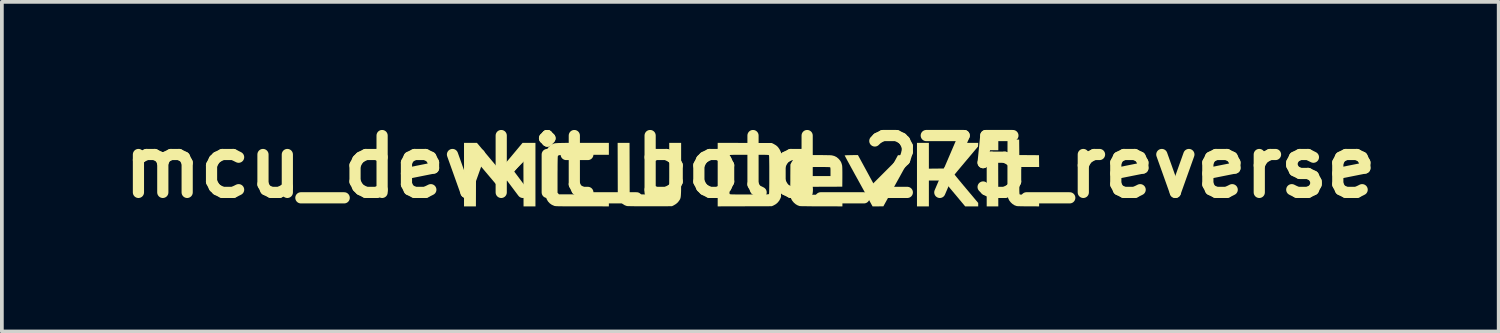
<source format=kicad_pcb>
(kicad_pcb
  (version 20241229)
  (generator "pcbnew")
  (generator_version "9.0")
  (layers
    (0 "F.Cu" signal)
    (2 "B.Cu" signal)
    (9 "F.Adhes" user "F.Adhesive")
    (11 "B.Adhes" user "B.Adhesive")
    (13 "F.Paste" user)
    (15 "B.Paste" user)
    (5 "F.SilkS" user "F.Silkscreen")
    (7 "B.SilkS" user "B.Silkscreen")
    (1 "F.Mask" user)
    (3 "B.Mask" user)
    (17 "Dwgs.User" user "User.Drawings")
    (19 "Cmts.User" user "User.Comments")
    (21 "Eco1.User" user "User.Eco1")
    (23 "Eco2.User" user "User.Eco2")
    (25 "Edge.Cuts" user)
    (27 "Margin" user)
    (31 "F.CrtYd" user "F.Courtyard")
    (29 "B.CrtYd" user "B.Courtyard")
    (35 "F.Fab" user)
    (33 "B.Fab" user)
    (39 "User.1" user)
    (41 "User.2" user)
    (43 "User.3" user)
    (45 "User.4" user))
  (footprint "mcu_devkit_bold_275_reverse"
    (layer "F.Cu")
    (at 17.062 1.418)
    (property "Reference" "mcu_devkit_bold_275_reverse" (at 0 0 0) (layer "F.SilkS") (effects (font (size 1.524 1.524) (thickness 0.3))))
    (attr board_only exclude_from_pos_files exclude_from_bom)
    (fp_poly (pts (xy 6.648 -0.441) (xy 6.337 -0.441) (xy 6.337 -0.752) (xy 6.648 -0.752)) (stroke (width 0) (type solid)) (fill yes) (layer "F.SilkS"))
    (fp_poly (pts (xy 6.644 -0.308) (xy 6.646 0.378) (xy 6.648 1.064) (xy 6.337 1.064) (xy 6.337 -0.312)) (stroke (width 0) (type solid)) (fill yes) (layer "F.SilkS"))
    (fp_poly (pts (xy 4.787 0.053) (xy 4.986 0.051) (xy 5.185 0.049) (xy 5.473 -0.294) (xy 5.761 -0.638) (xy 6.109 -0.638) (xy 6.107 -0.59) (xy 6.105 -0.541) (xy 5.792 -0.168) (xy 5.737 -0.103) (xy 5.686 -0.042) (xy 5.638 0.015) (xy 5.595 0.067) (xy 5.557 0.112) (xy 5.526 0.15) (xy 5.501 0.18) (xy 5.485 0.2) (xy 5.477 0.21) (xy 5.476 0.211) (xy 5.481 0.218) (xy 5.494 0.235) (xy 5.516 0.262) (xy 5.545 0.298) (xy 5.58 0.341) (xy 5.622 0.391) (xy 5.668 0.447) (xy 5.718 0.507) (xy 5.772 0.571) (xy 5.792 0.595) (xy 6.109 0.972) (xy 6.109 1.064) (xy 5.76 1.064) (xy 5.471 0.718) (xy 5.181 0.372) (xy 4.787 0.372) (xy 4.787 1.064) (xy 4.468 1.064) (xy 4.468 -0.638) (xy 4.787 -0.638)) (stroke (width 0) (type solid)) (fill yes) (layer "F.SilkS"))
    (fp_poly (pts (xy -6.716 0.092) (xy -6.669 0.036) (xy -6.655 0.019) (xy -6.632 -0.008) (xy -6.602 -0.044) (xy -6.565 -0.087) (xy -6.524 -0.137) (xy -6.478 -0.192) (xy -6.429 -0.25) (xy -6.378 -0.311) (xy -6.363 -0.329) (xy -6.105 -0.638) (xy -5.932 -0.638) (xy -5.759 -0.638) (xy -5.759 1.064) (xy -6.078 1.064) (xy -6.08 0.45) (xy -6.082 -0.163) (xy -6.396 0.211) (xy -6.451 0.276) (xy -6.502 0.337) (xy -6.55 0.394) (xy -6.594 0.445) (xy -6.632 0.49) (xy -6.664 0.527) (xy -6.689 0.556) (xy -6.706 0.575) (xy -6.715 0.584) (xy -6.715 0.585) (xy -6.721 0.579) (xy -6.736 0.563) (xy -6.758 0.537) (xy -6.788 0.502) (xy -6.825 0.46) (xy -6.867 0.411) (xy -6.914 0.355) (xy -6.964 0.296) (xy -7.018 0.232) (xy -7.036 0.211) (xy -7.351 -0.163) (xy -7.353 0.45) (xy -7.355 1.064) (xy -7.674 1.064) (xy -7.674 -0.638) (xy -7.327 -0.638)) (stroke (width 0) (type solid)) (fill yes) (layer "F.SilkS"))
    (fp_poly (pts (xy 7.209 -0.519) (xy 7.211 -0.312) (xy 7.475 -0.31) (xy 7.739 -0.308) (xy 7.741 -0.15) (xy 7.743 0.008) (xy 7.21 0.008) (xy 7.21 0.372) (xy 7.21 0.456) (xy 7.211 0.526) (xy 7.211 0.583) (xy 7.211 0.629) (xy 7.212 0.665) (xy 7.213 0.692) (xy 7.214 0.712) (xy 7.216 0.726) (xy 7.218 0.735) (xy 7.22 0.74) (xy 7.223 0.743) (xy 7.225 0.744) (xy 7.237 0.747) (xy 7.264 0.749) (xy 7.304 0.75) (xy 7.357 0.751) (xy 7.422 0.752) (xy 7.491 0.752) (xy 7.742 0.752) (xy 7.742 1.064) (xy 7.456 1.063) (xy 7.39 1.063) (xy 7.328 1.062) (xy 7.271 1.061) (xy 7.223 1.06) (xy 7.183 1.059) (xy 7.155 1.057) (xy 7.141 1.056) (xy 7.14 1.055) (xy 7.083 1.035) (xy 7.029 1.001) (xy 6.982 0.957) (xy 6.942 0.906) (xy 6.914 0.849) (xy 6.899 0.798) (xy 6.898 0.782) (xy 6.896 0.752) (xy 6.895 0.707) (xy 6.894 0.647) (xy 6.894 0.574) (xy 6.893 0.488) (xy 6.893 0.388) (xy 6.893 0.275) (xy 6.893 0.15) (xy 6.893 0.015) (xy 6.895 -0.726) (xy 7.207 -0.726)) (stroke (width 0) (type solid)) (fill yes) (layer "F.SilkS"))
    (fp_poly (pts (xy 3.154 0.182) (xy 3.206 0.278) (xy 3.251 0.361) (xy 3.29 0.432) (xy 3.323 0.492) (xy 3.351 0.541) (xy 3.374 0.581) (xy 3.392 0.612) (xy 3.406 0.635) (xy 3.416 0.651) (xy 3.424 0.66) (xy 3.428 0.664) (xy 3.43 0.663) (xy 3.435 0.654) (xy 3.446 0.633) (xy 3.464 0.601) (xy 3.487 0.559) (xy 3.514 0.508) (xy 3.547 0.449) (xy 3.582 0.383) (xy 3.621 0.311) (xy 3.663 0.235) (xy 3.698 0.171) (xy 3.958 -0.308) (xy 4.137 -0.31) (xy 4.196 -0.31) (xy 4.242 -0.31) (xy 4.276 -0.309) (xy 4.298 -0.308) (xy 4.311 -0.306) (xy 4.316 -0.303) (xy 4.316 -0.303) (xy 4.312 -0.295) (xy 4.302 -0.275) (xy 4.285 -0.243) (xy 4.262 -0.201) (xy 4.234 -0.149) (xy 4.201 -0.088) (xy 4.163 -0.019) (xy 4.122 0.057) (xy 4.077 0.139) (xy 4.029 0.226) (xy 3.979 0.317) (xy 3.941 0.385) (xy 3.567 1.063) (xy 3.422 1.064) (xy 3.277 1.064) (xy 2.903 0.384) (xy 2.851 0.29) (xy 2.801 0.2) (xy 2.754 0.114) (xy 2.71 0.034) (xy 2.67 -0.04) (xy 2.634 -0.106) (xy 2.602 -0.164) (xy 2.576 -0.213) (xy 2.555 -0.253) (xy 2.54 -0.281) (xy 2.531 -0.297) (xy 2.529 -0.302) (xy 2.537 -0.303) (xy 2.557 -0.305) (xy 2.589 -0.307) (xy 2.629 -0.308) (xy 2.676 -0.309) (xy 2.708 -0.31) (xy 2.885 -0.312)) (stroke (width 0) (type solid)) (fill yes) (layer "F.SilkS"))
    (fp_poly (pts (xy -3.235 0.051) (xy -3.233 0.741) (xy -2.712 0.743) (xy -2.611 0.743) (xy -2.523 0.743) (xy -2.448 0.744) (xy -2.385 0.743) (xy -2.333 0.743) (xy -2.291 0.743) (xy -2.258 0.742) (xy -2.233 0.741) (xy -2.214 0.74) (xy -2.2 0.739) (xy -2.192 0.737) (xy -2.186 0.735) (xy -2.183 0.732) (xy -2.183 0.732) (xy -2.181 0.726) (xy -2.179 0.715) (xy -2.178 0.696) (xy -2.177 0.669) (xy -2.176 0.633) (xy -2.175 0.588) (xy -2.174 0.532) (xy -2.174 0.466) (xy -2.174 0.387) (xy -2.173 0.296) (xy -2.173 0.192) (xy -2.173 0.073) (xy -2.173 0.04) (xy -2.173 -0.638) (xy -1.854 -0.638) (xy -1.854 0.067) (xy -1.854 0.191) (xy -1.854 0.3) (xy -1.854 0.396) (xy -1.854 0.48) (xy -1.855 0.553) (xy -1.855 0.615) (xy -1.856 0.668) (xy -1.858 0.712) (xy -1.86 0.749) (xy -1.862 0.78) (xy -1.865 0.805) (xy -1.868 0.825) (xy -1.872 0.842) (xy -1.877 0.856) (xy -1.882 0.869) (xy -1.888 0.881) (xy -1.895 0.893) (xy -1.902 0.903) (xy -1.94 0.954) (xy -1.991 0.999) (xy -2.05 1.035) (xy -2.05 1.035) (xy -2.101 1.06) (xy -2.69 1.061) (xy -2.791 1.061) (xy -2.886 1.061) (xy -2.974 1.061) (xy -3.055 1.061) (xy -3.126 1.06) (xy -3.187 1.059) (xy -3.237 1.058) (xy -3.274 1.057) (xy -3.299 1.056) (xy -3.308 1.055) (xy -3.363 1.035) (xy -3.416 1.002) (xy -3.464 0.959) (xy -3.505 0.909) (xy -3.528 0.868) (xy -3.552 0.817) (xy -3.554 0.089) (xy -3.556 -0.638) (xy -3.237 -0.638)) (stroke (width 0) (type solid)) (fill yes) (layer "F.SilkS"))
    (fp_poly (pts (xy 1.845 -0.311) (xy 1.915 -0.311) (xy 1.981 -0.31) (xy 2.041 -0.309) (xy 2.094 -0.308) (xy 2.137 -0.307) (xy 2.169 -0.305) (xy 2.184 -0.304) (xy 2.251 -0.287) (xy 2.311 -0.258) (xy 2.364 -0.214) (xy 2.375 -0.203) (xy 2.414 -0.155) (xy 2.44 -0.106) (xy 2.457 -0.051) (xy 2.462 -0.027) (xy 2.464 -0.003) (xy 2.466 0.034) (xy 2.467 0.083) (xy 2.468 0.143) (xy 2.468 0.211) (xy 2.468 0.281) (xy 2.466 0.536) (xy 1.928 0.538) (xy 1.39 0.54) (xy 1.39 0.638) (xy 1.391 0.679) (xy 1.391 0.707) (xy 1.393 0.725) (xy 1.396 0.736) (xy 1.401 0.742) (xy 1.405 0.744) (xy 1.416 0.746) (xy 1.442 0.748) (xy 1.484 0.749) (xy 1.54 0.75) (xy 1.611 0.751) (xy 1.697 0.752) (xy 1.797 0.752) (xy 1.912 0.752) (xy 1.945 0.752) (xy 2.469 0.752) (xy 2.469 1.064) (xy 1.909 1.063) (xy 1.817 1.063) (xy 1.73 1.062) (xy 1.647 1.062) (xy 1.571 1.061) (xy 1.502 1.06) (xy 1.443 1.06) (xy 1.394 1.059) (xy 1.356 1.058) (xy 1.331 1.056) (xy 1.32 1.055) (xy 1.268 1.036) (xy 1.216 1.006) (xy 1.169 0.966) (xy 1.13 0.92) (xy 1.119 0.903) (xy 1.109 0.886) (xy 1.101 0.87) (xy 1.093 0.854) (xy 1.088 0.836) (xy 1.083 0.815) (xy 1.079 0.79) (xy 1.076 0.76) (xy 1.074 0.722) (xy 1.073 0.677) (xy 1.072 0.621) (xy 1.072 0.555) (xy 1.072 0.477) (xy 1.073 0.385) (xy 1.073 0.356) (xy 1.073 0.251) (xy 1.39 0.251) (xy 2.15 0.251) (xy 2.15 0.138) (xy 2.15 0.091) (xy 2.149 0.057) (xy 2.147 0.034) (xy 2.143 0.021) (xy 2.14 0.016) (xy 2.132 0.014) (xy 2.115 0.012) (xy 2.086 0.011) (xy 2.046 0.01) (xy 1.994 0.009) (xy 1.929 0.009) (xy 1.85 0.009) (xy 1.762 0.009) (xy 1.394 0.011) (xy 1.39 0.251) (xy 1.073 0.251) (xy 1.075 -0.057) (xy 1.1 -0.109) (xy 1.136 -0.169) (xy 1.183 -0.221) (xy 1.238 -0.262) (xy 1.3 -0.29) (xy 1.352 -0.304) (xy 1.372 -0.305) (xy 1.405 -0.307) (xy 1.449 -0.308) (xy 1.502 -0.309) (xy 1.563 -0.31) (xy 1.63 -0.311) (xy 1.7 -0.311) (xy 1.772 -0.311)) (stroke (width 0) (type solid)) (fill yes) (layer "F.SilkS"))
    (fp_poly (pts (xy -3.791 -0.319) (xy -4.445 -0.319) (xy -4.563 -0.319) (xy -4.667 -0.319) (xy -4.758 -0.319) (xy -4.836 -0.319) (xy -4.903 -0.318) (xy -4.96 -0.317) (xy -5.007 -0.316) (xy -5.045 -0.315) (xy -5.076 -0.313) (xy -5.1 -0.311) (xy -5.118 -0.309) (xy -5.132 -0.305) (xy -5.141 -0.302) (xy -5.148 -0.297) (xy -5.152 -0.292) (xy -5.156 -0.287) (xy -5.158 -0.282) (xy -5.16 -0.272) (xy -5.162 -0.249) (xy -5.163 -0.213) (xy -5.164 -0.163) (xy -5.165 -0.099) (xy -5.166 -0.021) (xy -5.166 0.072) (xy -5.167 0.179) (xy -5.167 0.216) (xy -5.167 0.698) (xy -5.148 0.719) (xy -5.13 0.741) (xy -4.461 0.743) (xy -3.791 0.745) (xy -3.791 1.064) (xy -4.504 1.063) (xy -4.624 1.063) (xy -4.731 1.063) (xy -4.824 1.063) (xy -4.905 1.063) (xy -4.974 1.062) (xy -5.034 1.062) (xy -5.083 1.061) (xy -5.124 1.061) (xy -5.158 1.06) (xy -5.185 1.059) (xy -5.206 1.058) (xy -5.223 1.056) (xy -5.236 1.055) (xy -5.246 1.053) (xy -5.254 1.051) (xy -5.258 1.049) (xy -5.32 1.022) (xy -5.375 0.983) (xy -5.421 0.934) (xy -5.455 0.877) (xy -5.47 0.838) (xy -5.473 0.829) (xy -5.476 0.819) (xy -5.478 0.807) (xy -5.48 0.793) (xy -5.481 0.776) (xy -5.482 0.753) (xy -5.483 0.725) (xy -5.484 0.69) (xy -5.485 0.647) (xy -5.485 0.595) (xy -5.485 0.533) (xy -5.486 0.459) (xy -5.486 0.373) (xy -5.486 0.274) (xy -5.486 0.213) (xy -5.486 0.102) (xy -5.486 0.005) (xy -5.486 -0.079) (xy -5.485 -0.152) (xy -5.484 -0.213) (xy -5.484 -0.265) (xy -5.482 -0.307) (xy -5.48 -0.343) (xy -5.478 -0.371) (xy -5.475 -0.395) (xy -5.471 -0.414) (xy -5.466 -0.429) (xy -5.461 -0.442) (xy -5.455 -0.455) (xy -5.447 -0.467) (xy -5.439 -0.48) (xy -5.412 -0.516) (xy -5.378 -0.551) (xy -5.342 -0.581) (xy -5.312 -0.6) (xy -5.3 -0.606) (xy -5.288 -0.612) (xy -5.276 -0.617) (xy -5.263 -0.621) (xy -5.247 -0.624) (xy -5.229 -0.628) (xy -5.206 -0.63) (xy -5.178 -0.632) (xy -5.144 -0.634) (xy -5.103 -0.635) (xy -5.054 -0.636) (xy -4.997 -0.637) (xy -4.929 -0.638) (xy -4.85 -0.638) (xy -4.759 -0.638) (xy -4.655 -0.638) (xy -4.538 -0.638) (xy -3.791 -0.638)) (stroke (width 0) (type solid)) (fill yes) (layer "F.SilkS"))
    (fp_poly (pts (xy -0.15 -0.637) (xy 0.574 -0.634) (xy 0.631 -0.607) (xy 0.692 -0.571) (xy 0.742 -0.525) (xy 0.783 -0.467) (xy 0.795 -0.443) (xy 0.824 -0.384) (xy 0.824 0.809) (xy 0.807 0.851) (xy 0.775 0.912) (xy 0.73 0.966) (xy 0.676 1.01) (xy 0.615 1.043) (xy 0.574 1.06) (xy -0.15 1.062) (xy -0.874 1.064) (xy -0.874 0.213) (xy -0.562 0.213) (xy -0.562 0.329) (xy -0.562 0.43) (xy -0.561 0.517) (xy -0.56 0.589) (xy -0.559 0.647) (xy -0.558 0.689) (xy -0.556 0.717) (xy -0.555 0.729) (xy -0.554 0.73) (xy -0.552 0.733) (xy -0.549 0.735) (xy -0.544 0.737) (xy -0.535 0.739) (xy -0.521 0.741) (xy -0.502 0.742) (xy -0.477 0.743) (xy -0.443 0.743) (xy -0.401 0.744) (xy -0.349 0.744) (xy -0.286 0.744) (xy -0.211 0.745) (xy -0.123 0.745) (xy -0.027 0.745) (xy 0.075 0.745) (xy 0.162 0.745) (xy 0.237 0.744) (xy 0.299 0.744) (xy 0.351 0.744) (xy 0.392 0.743) (xy 0.425 0.743) (xy 0.45 0.742) (xy 0.469 0.74) (xy 0.482 0.739) (xy 0.491 0.737) (xy 0.496 0.735) (xy 0.499 0.733) (xy 0.501 0.73) (xy 0.503 0.719) (xy 0.505 0.692) (xy 0.506 0.651) (xy 0.507 0.595) (xy 0.508 0.524) (xy 0.509 0.439) (xy 0.509 0.339) (xy 0.509 0.224) (xy 0.509 0.213) (xy 0.509 0.097) (xy 0.509 -0.004) (xy 0.508 -0.091) (xy 0.507 -0.164) (xy 0.506 -0.221) (xy 0.505 -0.264) (xy 0.503 -0.291) (xy 0.501 -0.304) (xy 0.501 -0.304) (xy 0.499 -0.307) (xy 0.496 -0.31) (xy 0.491 -0.312) (xy 0.482 -0.314) (xy 0.468 -0.315) (xy 0.449 -0.316) (xy 0.423 -0.317) (xy 0.39 -0.318) (xy 0.348 -0.318) (xy 0.296 -0.319) (xy 0.233 -0.319) (xy 0.158 -0.319) (xy 0.07 -0.319) (xy -0.027 -0.319) (xy -0.128 -0.319) (xy -0.215 -0.319) (xy -0.29 -0.319) (xy -0.352 -0.319) (xy -0.404 -0.318) (xy -0.445 -0.318) (xy -0.478 -0.317) (xy -0.504 -0.316) (xy -0.522 -0.315) (xy -0.535 -0.314) (xy -0.544 -0.312) (xy -0.55 -0.31) (xy -0.553 -0.307) (xy -0.554 -0.304) (xy -0.556 -0.293) (xy -0.558 -0.267) (xy -0.559 -0.226) (xy -0.56 -0.17) (xy -0.561 -0.099) (xy -0.562 -0.013) (xy -0.562 0.087) (xy -0.562 0.201) (xy -0.562 0.213) (xy -0.874 0.213) (xy -0.874 -0.639)) (stroke (width 0) (type solid)) (fill yes) (layer "F.SilkS")))
  (gr_rect
    (start -3 -3)
    (end 37.123 5.836)
    (stroke (width 0.1) (type default))
    (fill no)
    (layer "Edge.Cuts")))
</source>
